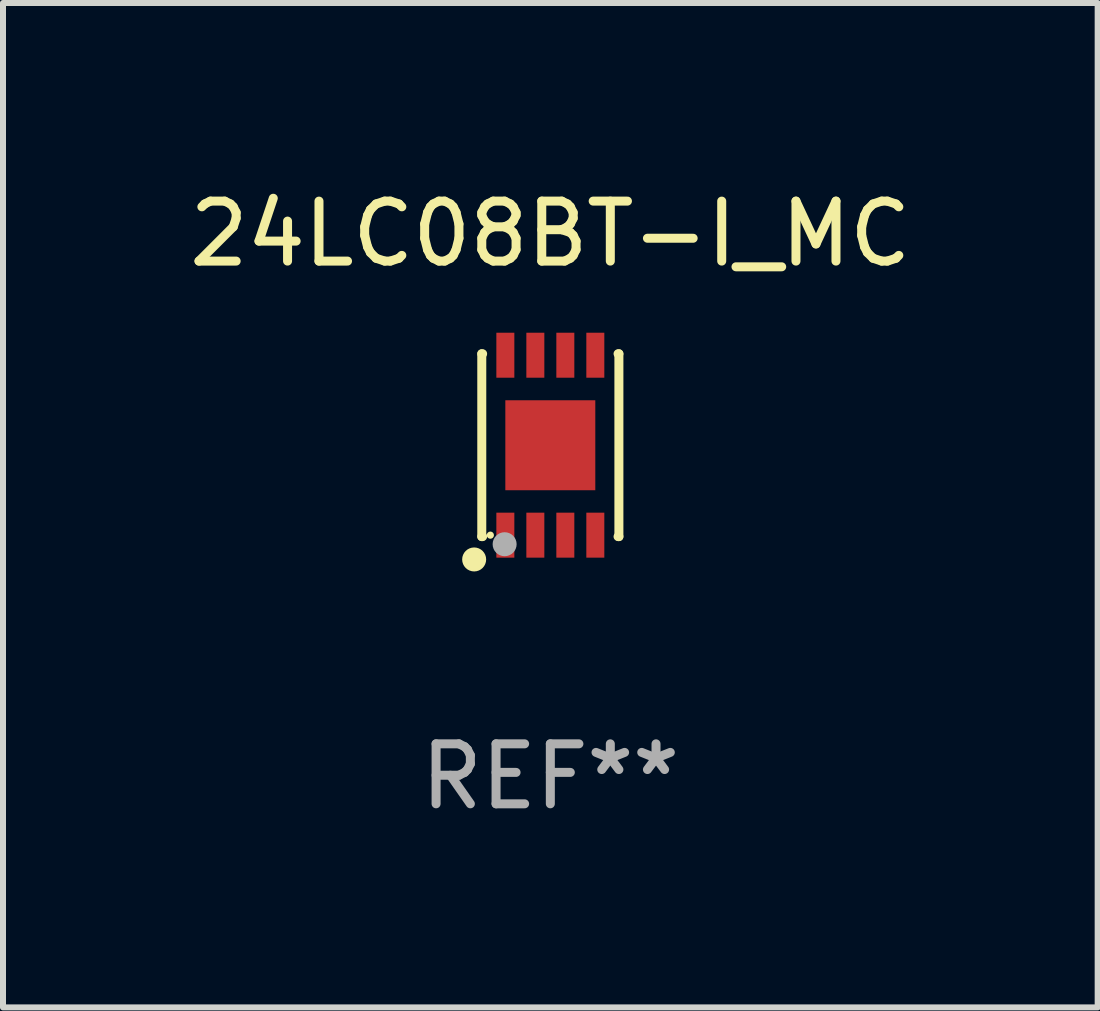
<source format=kicad_pcb>
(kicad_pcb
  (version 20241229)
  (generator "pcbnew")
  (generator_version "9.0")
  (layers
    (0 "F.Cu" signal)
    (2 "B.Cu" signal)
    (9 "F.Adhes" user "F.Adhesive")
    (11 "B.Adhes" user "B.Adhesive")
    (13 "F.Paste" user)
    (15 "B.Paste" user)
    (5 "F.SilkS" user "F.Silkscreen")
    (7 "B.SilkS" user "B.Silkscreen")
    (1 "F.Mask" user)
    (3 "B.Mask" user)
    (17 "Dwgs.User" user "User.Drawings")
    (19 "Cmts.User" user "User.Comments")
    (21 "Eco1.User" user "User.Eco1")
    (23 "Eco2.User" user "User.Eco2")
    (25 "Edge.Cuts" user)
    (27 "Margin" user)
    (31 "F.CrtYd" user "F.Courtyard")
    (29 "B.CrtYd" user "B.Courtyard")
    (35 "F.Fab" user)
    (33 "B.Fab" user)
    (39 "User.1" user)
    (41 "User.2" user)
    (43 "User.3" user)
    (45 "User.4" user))
  (footprint "24LC08BT-I_MC"
    (layer "F.Cu")
    (at 6.125 4.372)
    (property "Reference" "24LC08BT-I_MC" (at 0 -3.524 0) (layer "F.SilkS") (effects (font (size 1 1) (thickness 0.15))))
    (attr through_hole)
    (fp_line (start -1.143 -1.524) (end -1.143 1.524) (stroke (width 0.15) (type solid)) (layer "F.SilkS"))
    (fp_line (start -1.143 1.524) (end -1.129 1.524) (stroke (width 0.15) (type solid)) (layer "F.SilkS"))
    (fp_line (start -1.129 -1.524) (end -1.143 -1.524) (stroke (width 0.15) (type solid)) (layer "F.SilkS"))
    (fp_line (start 1.129 1.524) (end 1.143 1.524) (stroke (width 0.15) (type solid)) (layer "F.SilkS"))
    (fp_line (start 1.143 -1.524) (end 1.129 -1.524) (stroke (width 0.15) (type solid)) (layer "F.SilkS"))
    (fp_line (start 1.143 1.524) (end 1.143 -1.524) (stroke (width 0.15) (type solid)) (layer "F.SilkS"))
    (fp_circle (center -1.27 1.905) (end -1.17 1.905) (stroke (width 0.2) (type solid)) (fill no) (layer "F.SilkS"))
    (fp_circle (center -1 1.5) (end -0.97 1.5) (stroke (width 0.06) (type solid)) (fill no) (layer "F.SilkS"))
    (fp_circle (center -0.762 1.651) (end -0.662 1.651) (stroke (width 0.2) (type solid)) (fill no) (layer "F.Fab"))
    (fp_text user "REF**" (at 0 5.524 0) (layer "F.Fab") (effects (font (size 1 1) (thickness 0.15))))
    (pad "1" smd rect (at -0.75 1.5 90) (size 0.75 0.3) (layers "F.Cu" "F.Mask" "F.Paste"))
    (pad "2" smd rect (at -0.25 1.5 90) (size 0.75 0.3) (layers "F.Cu" "F.Mask" "F.Paste"))
    (pad "3" smd rect (at 0.25 1.5 90) (size 0.75 0.3) (layers "F.Cu" "F.Mask" "F.Paste"))
    (pad "4" smd rect (at 0.75 1.5 90) (size 0.75 0.3) (layers "F.Cu" "F.Mask" "F.Paste"))
    (pad "5" smd rect (at 0.75 -1.5 90) (size 0.75 0.3) (layers "F.Cu" "F.Mask" "F.Paste"))
    (pad "6" smd rect (at 0.25 -1.5 90) (size 0.75 0.3) (layers "F.Cu" "F.Mask" "F.Paste"))
    (pad "7" smd rect (at -0.25 -1.5 90) (size 0.75 0.3) (layers "F.Cu" "F.Mask" "F.Paste"))
    (pad "8" smd rect (at -0.75 -1.5 90) (size 0.75 0.3) (layers "F.Cu" "F.Mask" "F.Paste"))
    (pad "9" smd rect (at -0.000254 0.001 90) (size 1.5 1.5) (layers "F.Cu" "F.Mask" "F.Paste")))
  (gr_rect
    (start -3 -3)
    (end 15.25 13.745)
    (stroke (width 0.1) (type default))
    (fill no)
    (layer "Edge.Cuts")))
</source>
